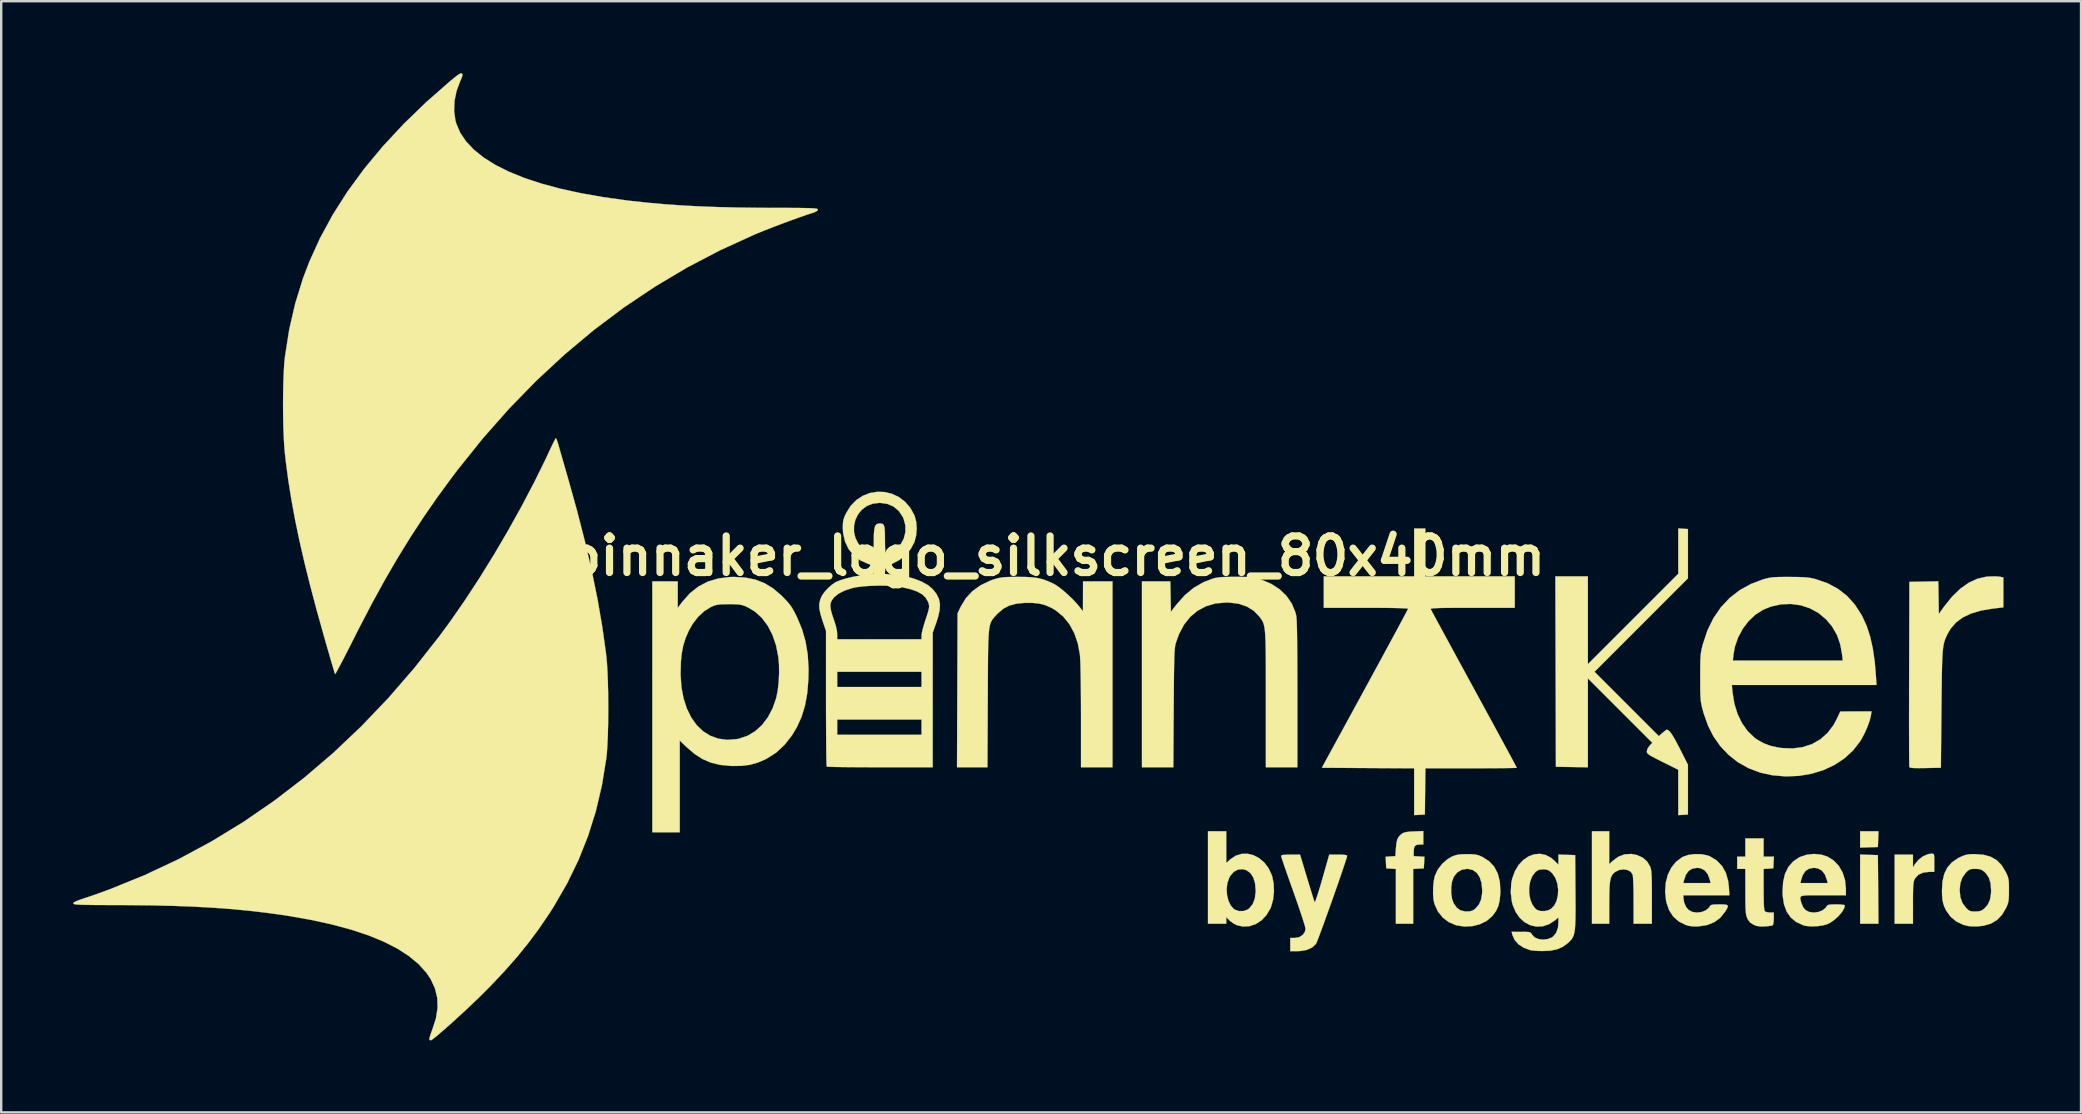
<source format=kicad_pcb>
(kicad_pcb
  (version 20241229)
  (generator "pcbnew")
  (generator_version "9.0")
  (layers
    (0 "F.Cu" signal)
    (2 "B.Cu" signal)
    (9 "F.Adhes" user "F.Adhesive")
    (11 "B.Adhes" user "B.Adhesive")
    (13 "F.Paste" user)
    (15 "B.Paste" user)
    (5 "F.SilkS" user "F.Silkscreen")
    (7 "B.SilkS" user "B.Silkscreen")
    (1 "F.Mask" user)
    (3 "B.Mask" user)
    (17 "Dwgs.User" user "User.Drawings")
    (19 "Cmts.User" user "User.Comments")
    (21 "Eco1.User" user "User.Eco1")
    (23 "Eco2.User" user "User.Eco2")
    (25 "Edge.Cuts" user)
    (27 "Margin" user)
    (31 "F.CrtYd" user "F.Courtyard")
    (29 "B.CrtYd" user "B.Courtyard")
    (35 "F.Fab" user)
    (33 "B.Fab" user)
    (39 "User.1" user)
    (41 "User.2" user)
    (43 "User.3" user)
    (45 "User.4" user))
  (footprint "spinnaker_logo_silkscreen_80x40mm"
    (layer "F.Cu")
    (at 40.349 20.12)
    (property "Reference" "spinnaker_logo_silkscreen_80x40mm" (at 0 0 0) (layer "F.SilkS") (effects (font (size 1.524 1.524) (thickness 0.3))))
    (attr through_hole)
    (fp_poly (pts (xy 34.861 12.129) (xy 34.491 12.141) (xy 34.121 12.153) (xy 34.121 11.472) (xy 34.886 11.472) (xy 34.861 12.129)) (stroke (width 0.01) (type solid)) (fill yes) (layer "F.SilkS"))
    (fp_poly (pts (xy 34.491 12.455) (xy 34.861 12.467) (xy 34.873 13.896) (xy 34.884 15.325) (xy 34.121 15.325) (xy 34.121 12.443) (xy 34.491 12.455)) (stroke (width 0.01) (type solid)) (fill yes) (layer "F.SilkS"))
    (fp_poly (pts (xy 37.155 12.407) (xy 37.186 12.426) (xy 37.203 12.479) (xy 37.21 12.58) (xy 37.211 12.747) (xy 37.211 12.785) (xy 37.211 13.166) (xy 36.989 13.166) (xy 36.744 13.196) (xy 36.55 13.285) (xy 36.415 13.428) (xy 36.396 13.462) (xy 36.37 13.525) (xy 36.351 13.603) (xy 36.338 13.71) (xy 36.329 13.858) (xy 36.324 14.06) (xy 36.322 14.328) (xy 36.322 14.467) (xy 36.322 15.325) (xy 35.56 15.325) (xy 35.56 12.446) (xy 36.322 12.446) (xy 36.322 12.711) (xy 36.322 12.975) (xy 36.401 12.848) (xy 36.554 12.662) (xy 36.744 12.516) (xy 36.95 12.426) (xy 37.104 12.404) (xy 37.155 12.407)) (stroke (width 0.01) (type solid)) (fill yes) (layer "F.SilkS"))
    (fp_poly (pts (xy 15.917 12.023) (xy 15.78 12.023) (xy 15.639 12.039) (xy 15.559 12.093) (xy 15.524 12.204) (xy 15.518 12.305) (xy 15.515 12.509) (xy 15.739 12.522) (xy 15.964 12.535) (xy 15.951 12.776) (xy 15.938 13.018) (xy 15.716 13.03) (xy 15.494 13.043) (xy 15.494 15.325) (xy 14.774 15.325) (xy 14.774 13.043) (xy 14.573 13.03) (xy 14.372 13.018) (xy 14.36 12.776) (xy 14.347 12.535) (xy 14.55 12.522) (xy 14.753 12.509) (xy 14.776 12.171) (xy 14.798 11.959) (xy 14.833 11.81) (xy 14.893 11.7) (xy 14.985 11.607) (xy 15.022 11.578) (xy 15.098 11.534) (xy 15.201 11.506) (xy 15.352 11.488) (xy 15.526 11.479) (xy 15.917 11.464) (xy 15.917 12.023)) (stroke (width 0.01) (type solid)) (fill yes) (layer "F.SilkS"))
    (fp_poly (pts (xy 26.744 -1.135) (xy 26.945 -1.122) (xy 26.945 0.931) (xy 24.998 2.879) (xy 23.051 4.826) (xy 25.732 7.507) (xy 25.885 7.373) (xy 25.979 7.295) (xy 26.045 7.246) (xy 26.06 7.239) (xy 26.122 7.258) (xy 26.192 7.321) (xy 26.276 7.434) (xy 26.38 7.606) (xy 26.509 7.844) (xy 26.597 8.013) (xy 26.945 8.7) (xy 26.945 10.774) (xy 26.744 10.787) (xy 26.543 10.8) (xy 26.543 8.91) (xy 25.887 8.583) (xy 25.648 8.463) (xy 25.475 8.372) (xy 25.358 8.305) (xy 25.285 8.253) (xy 25.247 8.21) (xy 25.232 8.168) (xy 25.231 8.141) (xy 25.263 8.026) (xy 25.345 7.908) (xy 25.346 7.907) (xy 25.461 7.787) (xy 22.775 5.101) (xy 22.775 8.807) (xy 21.442 8.784) (xy 21.431 4.815) (xy 21.42 0.847) (xy 22.775 0.847) (xy 22.775 4.508) (xy 24.659 2.625) (xy 26.543 0.741) (xy 26.543 -1.148) (xy 26.744 -1.135)) (stroke (width 0.01) (type solid)) (fill yes) (layer "F.SilkS"))
    (fp_poly (pts (xy 30.099 12.531) (xy 30.527 12.531) (xy 30.514 12.774) (xy 30.501 13.018) (xy 30.3 13.03) (xy 30.099 13.043) (xy 30.099 13.9) (xy 30.101 14.227) (xy 30.107 14.475) (xy 30.116 14.651) (xy 30.131 14.76) (xy 30.15 14.808) (xy 30.223 14.842) (xy 30.339 14.859) (xy 30.361 14.859) (xy 30.522 14.859) (xy 30.522 15.111) (xy 30.515 15.254) (xy 30.495 15.357) (xy 30.474 15.392) (xy 30.409 15.409) (xy 30.287 15.426) (xy 30.146 15.438) (xy 29.955 15.441) (xy 29.809 15.417) (xy 29.685 15.37) (xy 29.54 15.279) (xy 29.443 15.15) (xy 29.421 15.104) (xy 29.394 15.036) (xy 29.373 14.961) (xy 29.359 14.866) (xy 29.349 14.738) (xy 29.342 14.565) (xy 29.339 14.334) (xy 29.338 14.032) (xy 29.338 13.981) (xy 29.337 13.039) (xy 28.998 13.039) (xy 28.998 12.531) (xy 29.337 12.531) (xy 29.337 11.769) (xy 30.099 11.769) (xy 30.099 12.531)) (stroke (width 0.01) (type solid)) (fill yes) (layer "F.SilkS"))
    (fp_poly (pts (xy 23.664 12.844) (xy 23.802 12.713) (xy 24.046 12.533) (xy 24.309 12.434) (xy 24.59 12.418) (xy 24.811 12.461) (xy 25.057 12.569) (xy 25.243 12.733) (xy 25.362 12.928) (xy 25.386 12.989) (xy 25.405 13.059) (xy 25.419 13.15) (xy 25.428 13.272) (xy 25.435 13.437) (xy 25.439 13.655) (xy 25.441 13.938) (xy 25.441 14.213) (xy 25.442 15.325) (xy 24.68 15.325) (xy 24.68 14.354) (xy 24.679 14.064) (xy 24.673 13.8) (xy 24.666 13.575) (xy 24.656 13.402) (xy 24.644 13.295) (xy 24.638 13.272) (xy 24.553 13.155) (xy 24.416 13.084) (xy 24.25 13.061) (xy 24.075 13.088) (xy 23.913 13.167) (xy 23.868 13.203) (xy 23.805 13.269) (xy 23.757 13.348) (xy 23.721 13.451) (xy 23.696 13.59) (xy 23.679 13.775) (xy 23.67 14.018) (xy 23.666 14.33) (xy 23.665 14.489) (xy 23.664 15.325) (xy 22.945 15.325) (xy 22.945 11.472) (xy 23.664 11.472) (xy 23.664 12.844)) (stroke (width 0.01) (type solid)) (fill yes) (layer "F.SilkS"))
    (fp_poly (pts (xy 7.705 12.795) (xy 7.871 12.644) (xy 8.095 12.492) (xy 8.339 12.415) (xy 8.59 12.409) (xy 8.839 12.47) (xy 9.075 12.593) (xy 9.288 12.775) (xy 9.467 13.011) (xy 9.601 13.296) (xy 9.617 13.344) (xy 9.68 13.649) (xy 9.693 13.984) (xy 9.657 14.316) (xy 9.575 14.616) (xy 9.548 14.681) (xy 9.384 14.96) (xy 9.177 15.181) (xy 8.937 15.339) (xy 8.675 15.428) (xy 8.401 15.443) (xy 8.154 15.389) (xy 8.018 15.321) (xy 7.88 15.222) (xy 7.848 15.193) (xy 7.705 15.054) (xy 7.705 15.325) (xy 6.943 15.325) (xy 6.943 13.871) (xy 7.721 13.871) (xy 7.736 14.123) (xy 7.792 14.36) (xy 7.887 14.562) (xy 8.018 14.71) (xy 8.051 14.733) (xy 8.227 14.799) (xy 8.418 14.799) (xy 8.594 14.736) (xy 8.665 14.684) (xy 8.808 14.505) (xy 8.895 14.277) (xy 8.93 13.992) (xy 8.93 13.928) (xy 8.904 13.632) (xy 8.828 13.391) (xy 8.706 13.209) (xy 8.542 13.093) (xy 8.397 13.054) (xy 8.196 13.068) (xy 8.019 13.162) (xy 7.872 13.331) (xy 7.832 13.401) (xy 7.753 13.624) (xy 7.721 13.871) (xy 6.943 13.871) (xy 6.943 11.472) (xy 7.705 11.472) (xy 7.705 12.795)) (stroke (width 0.01) (type solid)) (fill yes) (layer "F.SilkS"))
    (fp_poly (pts (xy 39.802 0.852) (xy 39.927 0.862) (xy 39.936 0.864) (xy 40.09 0.893) (xy 40.09 2.141) (xy 39.635 2.195) (xy 39.15 2.277) (xy 38.737 2.4) (xy 38.391 2.566) (xy 38.11 2.777) (xy 37.889 3.036) (xy 37.784 3.215) (xy 37.733 3.315) (xy 37.69 3.408) (xy 37.654 3.499) (xy 37.623 3.597) (xy 37.598 3.709) (xy 37.578 3.841) (xy 37.561 4.002) (xy 37.549 4.199) (xy 37.538 4.438) (xy 37.531 4.728) (xy 37.524 5.075) (xy 37.519 5.487) (xy 37.514 5.971) (xy 37.51 6.371) (xy 37.486 8.826) (xy 36.84 8.838) (xy 36.577 8.841) (xy 36.389 8.839) (xy 36.265 8.83) (xy 36.196 8.815) (xy 36.173 8.796) (xy 36.17 8.746) (xy 36.167 8.618) (xy 36.165 8.418) (xy 36.163 8.151) (xy 36.162 7.824) (xy 36.161 7.442) (xy 36.16 7.012) (xy 36.16 6.54) (xy 36.161 6.032) (xy 36.161 5.493) (xy 36.163 4.931) (xy 36.163 4.911) (xy 36.174 1.079) (xy 36.776 1.068) (xy 37.378 1.056) (xy 37.39 1.737) (xy 37.401 2.417) (xy 37.631 2.096) (xy 37.955 1.692) (xy 38.294 1.365) (xy 38.644 1.117) (xy 39.004 0.95) (xy 39.371 0.865) (xy 39.448 0.858) (xy 39.631 0.851) (xy 39.802 0.852)) (stroke (width 0.01) (type solid)) (fill yes) (layer "F.SilkS"))
    (fp_poly (pts (xy 11.07 13.409) (xy 11.153 13.683) (xy 11.229 13.931) (xy 11.294 14.142) (xy 11.345 14.303) (xy 11.378 14.403) (xy 11.388 14.429) (xy 11.407 14.406) (xy 11.445 14.311) (xy 11.498 14.155) (xy 11.564 13.948) (xy 11.639 13.7) (xy 11.707 13.466) (xy 11.997 12.446) (xy 12.37 12.446) (xy 12.564 12.45) (xy 12.683 12.462) (xy 12.737 12.485) (xy 12.742 12.499) (xy 12.728 12.558) (xy 12.688 12.687) (xy 12.626 12.875) (xy 12.546 13.113) (xy 12.451 13.39) (xy 12.345 13.697) (xy 12.231 14.022) (xy 12.113 14.357) (xy 11.994 14.692) (xy 11.877 15.015) (xy 11.768 15.318) (xy 11.668 15.59) (xy 11.582 15.821) (xy 11.513 16.001) (xy 11.465 16.12) (xy 11.442 16.166) (xy 11.282 16.317) (xy 11.059 16.417) (xy 10.784 16.464) (xy 10.68 16.468) (xy 10.372 16.468) (xy 10.372 15.917) (xy 10.565 15.917) (xy 10.747 15.884) (xy 10.892 15.793) (xy 10.983 15.659) (xy 11.007 15.535) (xy 10.993 15.464) (xy 10.953 15.324) (xy 10.891 15.125) (xy 10.809 14.876) (xy 10.712 14.588) (xy 10.602 14.271) (xy 10.499 13.979) (xy 10.381 13.649) (xy 10.273 13.342) (xy 10.178 13.07) (xy 10.099 12.84) (xy 10.039 12.662) (xy 10.002 12.546) (xy 9.991 12.502) (xy 10.012 12.474) (xy 10.085 12.457) (xy 10.22 12.448) (xy 10.386 12.446) (xy 10.78 12.446) (xy 11.07 13.409)) (stroke (width 0.01) (type solid)) (fill yes) (layer "F.SilkS"))
    (fp_poly (pts (xy 27.497 12.428) (xy 27.752 12.477) (xy 27.861 12.517) (xy 28.143 12.689) (xy 28.365 12.919) (xy 28.525 13.205) (xy 28.622 13.547) (xy 28.65 13.785) (xy 28.672 14.139) (xy 26.755 14.139) (xy 26.755 14.235) (xy 26.786 14.441) (xy 26.869 14.629) (xy 26.971 14.75) (xy 27.127 14.833) (xy 27.314 14.861) (xy 27.508 14.839) (xy 27.685 14.771) (xy 27.819 14.66) (xy 27.854 14.607) (xy 27.886 14.564) (xy 27.938 14.538) (xy 28.03 14.525) (xy 28.179 14.521) (xy 28.259 14.52) (xy 28.449 14.523) (xy 28.563 14.539) (xy 28.609 14.579) (xy 28.595 14.652) (xy 28.529 14.769) (xy 28.497 14.82) (xy 28.292 15.076) (xy 28.042 15.262) (xy 27.743 15.381) (xy 27.392 15.436) (xy 27.39 15.436) (xy 27.168 15.439) (xy 26.989 15.416) (xy 26.853 15.376) (xy 26.563 15.231) (xy 26.332 15.027) (xy 26.161 14.763) (xy 26.049 14.439) (xy 26.033 14.361) (xy 25.994 13.982) (xy 26.02 13.631) (xy 26.753 13.631) (xy 27.889 13.631) (xy 27.857 13.493) (xy 27.775 13.267) (xy 27.647 13.106) (xy 27.479 13.016) (xy 27.34 12.996) (xy 27.134 13.027) (xy 26.975 13.122) (xy 26.858 13.287) (xy 26.78 13.515) (xy 26.753 13.631) (xy 26.02 13.631) (xy 26.02 13.62) (xy 26.107 13.286) (xy 26.251 12.991) (xy 26.447 12.746) (xy 26.692 12.561) (xy 26.728 12.541) (xy 26.953 12.461) (xy 27.22 12.424) (xy 27.497 12.428)) (stroke (width 0.01) (type solid)) (fill yes) (layer "F.SilkS"))
    (fp_poly (pts (xy 17.941 12.43) (xy 18.086 12.442) (xy 18.204 12.469) (xy 18.322 12.516) (xy 18.383 12.545) (xy 18.659 12.722) (xy 18.872 12.951) (xy 19.02 13.235) (xy 19.106 13.574) (xy 19.129 13.97) (xy 19.127 14.046) (xy 19.1 14.345) (xy 19.044 14.585) (xy 18.951 14.79) (xy 18.811 14.981) (xy 18.776 15.022) (xy 18.551 15.21) (xy 18.275 15.347) (xy 17.964 15.426) (xy 17.638 15.444) (xy 17.313 15.397) (xy 17.28 15.388) (xy 16.979 15.261) (xy 16.724 15.066) (xy 16.522 14.81) (xy 16.38 14.5) (xy 16.38 14.499) (xy 16.341 14.312) (xy 16.324 14.073) (xy 16.327 13.813) (xy 17.079 13.813) (xy 17.08 14.063) (xy 17.115 14.295) (xy 17.176 14.463) (xy 17.303 14.65) (xy 17.453 14.763) (xy 17.643 14.811) (xy 17.724 14.815) (xy 17.878 14.806) (xy 17.99 14.766) (xy 18.079 14.702) (xy 18.229 14.535) (xy 18.323 14.326) (xy 18.367 14.063) (xy 18.371 13.928) (xy 18.344 13.63) (xy 18.267 13.387) (xy 18.143 13.204) (xy 17.977 13.086) (xy 17.772 13.039) (xy 17.745 13.039) (xy 17.518 13.075) (xy 17.333 13.185) (xy 17.189 13.368) (xy 17.179 13.386) (xy 17.112 13.577) (xy 17.079 13.813) (xy 16.327 13.813) (xy 16.327 13.813) (xy 16.35 13.562) (xy 16.393 13.349) (xy 16.402 13.32) (xy 16.523 13.064) (xy 16.707 12.826) (xy 16.931 12.631) (xy 17.112 12.527) (xy 17.243 12.476) (xy 17.373 12.446) (xy 17.533 12.431) (xy 17.739 12.427) (xy 17.941 12.43)) (stroke (width 0.01) (type solid)) (fill yes) (layer "F.SilkS"))
    (fp_poly (pts (xy -0.654 0.874) (xy -0.376 0.89) (xy -0.142 0.922) (xy 0.07 0.975) (xy 0.28 1.052) (xy 0.505 1.155) (xy 0.669 1.254) (xy 0.867 1.404) (xy 1.081 1.589) (xy 1.293 1.79) (xy 1.484 1.994) (xy 1.62 2.159) (xy 1.732 2.307) (xy 1.734 1.683) (xy 1.736 1.058) (xy 2.963 1.058) (xy 2.963 8.805) (xy 1.651 8.805) (xy 1.651 6.666) (xy 1.65 6.19) (xy 1.647 5.74) (xy 1.643 5.326) (xy 1.637 4.956) (xy 1.63 4.639) (xy 1.622 4.384) (xy 1.612 4.199) (xy 1.606 4.118) (xy 1.519 3.645) (xy 1.372 3.217) (xy 1.167 2.842) (xy 0.909 2.523) (xy 0.6 2.268) (xy 0.432 2.168) (xy 0.172 2.053) (xy -0.098 1.983) (xy -0.403 1.953) (xy -0.702 1.955) (xy -1.052 1.991) (xy -1.342 2.07) (xy -1.589 2.2) (xy -1.811 2.388) (xy -1.86 2.439) (xy -1.928 2.513) (xy -1.987 2.578) (xy -2.037 2.641) (xy -2.08 2.709) (xy -2.115 2.788) (xy -2.144 2.884) (xy -2.168 3.003) (xy -2.186 3.153) (xy -2.201 3.339) (xy -2.211 3.568) (xy -2.219 3.845) (xy -2.224 4.178) (xy -2.227 4.573) (xy -2.23 5.036) (xy -2.232 5.574) (xy -2.234 5.937) (xy -2.247 8.805) (xy -3.516 8.805) (xy -3.504 5.599) (xy -3.493 2.392) (xy -3.359 2.109) (xy -3.148 1.761) (xy -2.869 1.462) (xy -2.528 1.217) (xy -2.125 1.026) (xy -2.014 0.987) (xy -1.875 0.943) (xy -1.752 0.913) (xy -1.624 0.892) (xy -1.473 0.88) (xy -1.278 0.874) (xy -1.02 0.871) (xy -0.995 0.871) (xy -0.654 0.874)) (stroke (width 0.01) (type solid)) (fill yes) (layer "F.SilkS"))
    (fp_poly (pts (xy 32.508 12.448) (xy 32.757 12.527) (xy 33.016 12.688) (xy 33.23 12.913) (xy 33.39 13.19) (xy 33.492 13.51) (xy 33.528 13.86) (xy 33.528 13.869) (xy 33.528 14.139) (xy 32.575 14.139) (xy 32.261 14.139) (xy 32.021 14.14) (xy 31.847 14.146) (xy 31.73 14.159) (xy 31.661 14.184) (xy 31.63 14.224) (xy 31.627 14.281) (xy 31.644 14.359) (xy 31.671 14.46) (xy 31.748 14.642) (xy 31.843 14.754) (xy 31.997 14.834) (xy 32.183 14.861) (xy 32.377 14.838) (xy 32.553 14.77) (xy 32.687 14.66) (xy 32.722 14.607) (xy 32.754 14.564) (xy 32.807 14.538) (xy 32.898 14.525) (xy 33.048 14.521) (xy 33.127 14.52) (xy 33.311 14.525) (xy 33.434 14.539) (xy 33.485 14.561) (xy 33.486 14.564) (xy 33.451 14.693) (xy 33.358 14.845) (xy 33.222 15.005) (xy 33.058 15.155) (xy 32.881 15.279) (xy 32.776 15.334) (xy 32.58 15.394) (xy 32.339 15.429) (xy 32.089 15.438) (xy 31.862 15.417) (xy 31.757 15.392) (xy 31.464 15.258) (xy 31.232 15.069) (xy 31.06 14.823) (xy 30.948 14.518) (xy 30.893 14.153) (xy 30.888 13.991) (xy 30.909 13.631) (xy 31.632 13.631) (xy 32.768 13.631) (xy 32.74 13.515) (xy 32.655 13.276) (xy 32.527 13.111) (xy 32.356 13.018) (xy 32.194 12.996) (xy 31.995 13.029) (xy 31.841 13.129) (xy 31.728 13.3) (xy 31.664 13.494) (xy 31.632 13.631) (xy 30.909 13.631) (xy 30.912 13.587) (xy 30.991 13.245) (xy 31.129 12.962) (xy 31.325 12.734) (xy 31.581 12.56) (xy 31.61 12.546) (xy 31.89 12.451) (xy 32.199 12.418) (xy 32.508 12.448)) (stroke (width 0.01) (type solid)) (fill yes) (layer "F.SilkS"))
    (fp_poly (pts (xy 16.002 0.847) (xy 19.727 0.847) (xy 19.727 2.159) (xy 17.966 2.159) (xy 17.524 2.159) (xy 17.161 2.161) (xy 16.868 2.163) (xy 16.64 2.167) (xy 16.469 2.173) (xy 16.349 2.18) (xy 16.273 2.189) (xy 16.234 2.201) (xy 16.226 2.215) (xy 16.226 2.216) (xy 16.25 2.261) (xy 16.31 2.374) (xy 16.406 2.552) (xy 16.533 2.787) (xy 16.689 3.075) (xy 16.871 3.41) (xy 17.076 3.786) (xy 17.3 4.199) (xy 17.542 4.643) (xy 17.798 5.112) (xy 18.03 5.539) (xy 18.295 6.025) (xy 18.548 6.489) (xy 18.787 6.927) (xy 19.007 7.333) (xy 19.207 7.702) (xy 19.384 8.027) (xy 19.534 8.305) (xy 19.655 8.529) (xy 19.743 8.694) (xy 19.796 8.795) (xy 19.812 8.826) (xy 19.771 8.83) (xy 19.654 8.835) (xy 19.469 8.838) (xy 19.225 8.842) (xy 18.93 8.844) (xy 18.592 8.846) (xy 18.221 8.847) (xy 17.908 8.848) (xy 16.004 8.848) (xy 15.992 9.811) (xy 15.981 10.774) (xy 15.759 10.787) (xy 15.536 10.799) (xy 15.536 8.849) (xy 13.612 8.838) (xy 11.688 8.826) (xy 13.485 5.532) (xy 13.751 5.043) (xy 14.006 4.575) (xy 14.245 4.134) (xy 14.467 3.725) (xy 14.669 3.352) (xy 14.847 3.022) (xy 14.998 2.74) (xy 15.12 2.511) (xy 15.21 2.341) (xy 15.265 2.235) (xy 15.282 2.198) (xy 15.241 2.189) (xy 15.121 2.18) (xy 14.93 2.173) (xy 14.673 2.167) (xy 14.356 2.163) (xy 13.987 2.16) (xy 13.571 2.159) (xy 13.525 2.159) (xy 11.769 2.159) (xy 11.769 0.847) (xy 15.536 0.847) (xy 15.536 -1.143) (xy 16.002 -1.143) (xy 16.002 0.847)) (stroke (width 0.01) (type solid)) (fill yes) (layer "F.SilkS"))
    (fp_poly (pts (xy 39.264 12.452) (xy 39.565 12.535) (xy 39.814 12.679) (xy 40.019 12.887) (xy 40.183 13.156) (xy 40.244 13.283) (xy 40.283 13.388) (xy 40.307 13.494) (xy 40.319 13.625) (xy 40.322 13.804) (xy 40.322 13.927) (xy 40.321 14.147) (xy 40.312 14.306) (xy 40.295 14.426) (xy 40.264 14.53) (xy 40.216 14.641) (xy 40.212 14.649) (xy 40.039 14.945) (xy 39.829 15.167) (xy 39.574 15.32) (xy 39.267 15.409) (xy 39.021 15.436) (xy 38.795 15.439) (xy 38.612 15.42) (xy 38.433 15.374) (xy 38.409 15.366) (xy 38.127 15.231) (xy 37.887 15.029) (xy 37.702 14.771) (xy 37.633 14.625) (xy 37.582 14.474) (xy 37.551 14.323) (xy 37.536 14.14) (xy 37.531 13.949) (xy 37.532 13.928) (xy 38.269 13.928) (xy 38.298 14.221) (xy 38.386 14.464) (xy 38.526 14.655) (xy 38.623 14.749) (xy 38.707 14.797) (xy 38.813 14.815) (xy 38.916 14.817) (xy 39.072 14.808) (xy 39.181 14.776) (xy 39.282 14.707) (xy 39.288 14.702) (xy 39.438 14.535) (xy 39.532 14.326) (xy 39.576 14.063) (xy 39.58 13.928) (xy 39.557 13.637) (xy 39.486 13.406) (xy 39.361 13.222) (xy 39.288 13.153) (xy 39.187 13.082) (xy 39.078 13.048) (xy 38.926 13.039) (xy 38.916 13.039) (xy 38.773 13.044) (xy 38.678 13.07) (xy 38.594 13.131) (xy 38.526 13.2) (xy 38.378 13.406) (xy 38.294 13.651) (xy 38.269 13.928) (xy 37.532 13.928) (xy 37.553 13.567) (xy 37.627 13.247) (xy 37.757 12.984) (xy 37.945 12.769) (xy 38.197 12.597) (xy 38.258 12.565) (xy 38.412 12.494) (xy 38.539 12.452) (xy 38.672 12.431) (xy 38.847 12.425) (xy 38.903 12.425) (xy 39.264 12.452)) (stroke (width 0.01) (type solid)) (fill yes) (layer "F.SilkS"))
    (fp_poly (pts (xy 8.107 0.87) (xy 8.377 0.872) (xy 8.582 0.876) (xy 8.738 0.886) (xy 8.865 0.903) (xy 8.981 0.928) (xy 9.104 0.965) (xy 9.165 0.985) (xy 9.576 1.16) (xy 9.927 1.388) (xy 10.215 1.664) (xy 10.436 1.984) (xy 10.584 2.344) (xy 10.621 2.489) (xy 10.631 2.579) (xy 10.641 2.742) (xy 10.648 2.98) (xy 10.655 3.294) (xy 10.66 3.686) (xy 10.664 4.158) (xy 10.666 4.71) (xy 10.668 5.345) (xy 10.668 5.759) (xy 10.668 8.805) (xy 9.356 8.805) (xy 9.356 5.977) (xy 9.356 5.391) (xy 9.355 4.885) (xy 9.354 4.45) (xy 9.351 4.08) (xy 9.346 3.77) (xy 9.339 3.513) (xy 9.329 3.302) (xy 9.316 3.132) (xy 9.299 2.995) (xy 9.277 2.886) (xy 9.251 2.798) (xy 9.219 2.724) (xy 9.181 2.659) (xy 9.137 2.596) (xy 9.089 2.531) (xy 8.852 2.286) (xy 8.563 2.106) (xy 8.221 1.991) (xy 7.824 1.941) (xy 7.686 1.939) (xy 7.253 1.979) (xy 6.86 2.094) (xy 6.51 2.28) (xy 6.204 2.536) (xy 5.946 2.861) (xy 5.737 3.252) (xy 5.605 3.619) (xy 5.589 3.68) (xy 5.575 3.751) (xy 5.563 3.839) (xy 5.553 3.95) (xy 5.545 4.092) (xy 5.538 4.272) (xy 5.533 4.496) (xy 5.528 4.773) (xy 5.524 5.109) (xy 5.52 5.51) (xy 5.517 5.985) (xy 5.514 6.339) (xy 5.499 8.805) (xy 4.191 8.805) (xy 4.191 1.058) (xy 5.374 1.058) (xy 5.397 2.327) (xy 5.642 2.011) (xy 5.981 1.63) (xy 6.351 1.325) (xy 6.76 1.091) (xy 7.133 0.948) (xy 7.248 0.916) (xy 7.374 0.895) (xy 7.526 0.88) (xy 7.723 0.873) (xy 7.981 0.87) (xy 8.107 0.87)) (stroke (width 0.01) (type solid)) (fill yes) (layer "F.SilkS"))
    (fp_poly (pts (xy 21.02 12.461) (xy 21.248 12.584) (xy 21.366 12.686) (xy 21.548 12.867) (xy 21.548 12.443) (xy 21.897 12.455) (xy 22.246 12.467) (xy 22.257 13.989) (xy 22.26 14.433) (xy 22.261 14.802) (xy 22.257 15.103) (xy 22.249 15.345) (xy 22.235 15.538) (xy 22.213 15.689) (xy 22.182 15.808) (xy 22.141 15.903) (xy 22.088 15.982) (xy 22.022 16.055) (xy 21.942 16.13) (xy 21.931 16.14) (xy 21.719 16.294) (xy 21.478 16.396) (xy 21.19 16.451) (xy 20.868 16.463) (xy 20.684 16.458) (xy 20.519 16.446) (xy 20.401 16.432) (xy 20.384 16.428) (xy 20.108 16.329) (xy 19.883 16.183) (xy 19.719 15.997) (xy 19.626 15.782) (xy 19.626 15.78) (xy 19.599 15.663) (xy 19.991 15.664) (xy 20.175 15.665) (xy 20.294 15.671) (xy 20.366 15.688) (xy 20.41 15.72) (xy 20.445 15.772) (xy 20.454 15.788) (xy 20.561 15.897) (xy 20.72 15.965) (xy 20.907 15.989) (xy 21.098 15.967) (xy 21.27 15.898) (xy 21.319 15.864) (xy 21.452 15.707) (xy 21.529 15.49) (xy 21.548 15.28) (xy 21.548 15.063) (xy 21.41 15.179) (xy 21.158 15.345) (xy 20.895 15.433) (xy 20.632 15.446) (xy 20.378 15.389) (xy 20.143 15.266) (xy 19.935 15.08) (xy 19.765 14.837) (xy 19.641 14.54) (xy 19.606 14.402) (xy 19.561 14.022) (xy 19.573 13.82) (xy 20.328 13.82) (xy 20.331 14.074) (xy 20.376 14.317) (xy 20.461 14.53) (xy 20.585 14.695) (xy 20.652 14.747) (xy 20.794 14.796) (xy 20.971 14.799) (xy 21.144 14.758) (xy 21.229 14.715) (xy 21.37 14.575) (xy 21.469 14.381) (xy 21.524 14.15) (xy 21.536 13.902) (xy 21.503 13.655) (xy 21.426 13.428) (xy 21.303 13.24) (xy 21.272 13.207) (xy 21.163 13.115) (xy 21.064 13.071) (xy 20.93 13.06) (xy 20.913 13.06) (xy 20.768 13.07) (xy 20.664 13.112) (xy 20.575 13.186) (xy 20.449 13.357) (xy 20.367 13.575) (xy 20.328 13.82) (xy 19.573 13.82) (xy 19.583 13.64) (xy 19.623 13.442) (xy 19.735 13.133) (xy 19.892 12.874) (xy 20.085 12.668) (xy 20.303 12.52) (xy 20.538 12.433) (xy 20.781 12.412) (xy 21.02 12.461)) (stroke (width 0.01) (type solid)) (fill yes) (layer "F.SilkS"))
    (fp_poly (pts (xy -12.334 0.901) (xy -11.915 0.986) (xy -11.536 1.134) (xy -11.183 1.35) (xy -10.842 1.64) (xy -10.788 1.694) (xy -10.621 1.867) (xy -10.495 2.012) (xy -10.394 2.156) (xy -10.297 2.326) (xy -10.187 2.545) (xy -9.977 3.047) (xy -9.828 3.564) (xy -9.737 4.109) (xy -9.702 4.699) (xy -9.71 5.144) (xy -9.757 5.718) (xy -9.85 6.232) (xy -9.992 6.698) (xy -10.187 7.13) (xy -10.388 7.467) (xy -10.7 7.867) (xy -11.051 8.193) (xy -11.444 8.445) (xy -11.493 8.471) (xy -11.823 8.612) (xy -12.147 8.702) (xy -12.492 8.747) (xy -12.883 8.752) (xy -12.954 8.749) (xy -13.39 8.706) (xy -13.772 8.613) (xy -14.121 8.464) (xy -14.454 8.249) (xy -14.79 7.961) (xy -14.805 7.947) (xy -15.071 7.691) (xy -15.071 11.515) (xy -16.214 11.515) (xy -16.214 4.952) (xy -15.038 4.952) (xy -15 5.469) (xy -14.91 5.941) (xy -14.772 6.365) (xy -14.589 6.736) (xy -14.364 7.05) (xy -14.099 7.304) (xy -13.798 7.493) (xy -13.464 7.613) (xy -13.099 7.662) (xy -12.706 7.634) (xy -12.607 7.615) (xy -12.253 7.497) (xy -11.93 7.305) (xy -11.642 7.044) (xy -11.396 6.719) (xy -11.195 6.337) (xy -11.047 5.904) (xy -11.045 5.895) (xy -10.987 5.602) (xy -10.948 5.256) (xy -10.93 4.888) (xy -10.935 4.526) (xy -10.962 4.212) (xy -11.057 3.728) (xy -11.206 3.29) (xy -11.405 2.905) (xy -11.651 2.578) (xy -11.938 2.317) (xy -12.224 2.146) (xy -12.351 2.088) (xy -12.456 2.05) (xy -12.563 2.027) (xy -12.694 2.015) (xy -12.873 2.011) (xy -13.018 2.011) (xy -13.24 2.012) (xy -13.401 2.02) (xy -13.522 2.036) (xy -13.625 2.064) (xy -13.732 2.108) (xy -13.773 2.127) (xy -14.046 2.296) (xy -14.304 2.535) (xy -14.532 2.829) (xy -14.686 3.099) (xy -14.825 3.416) (xy -14.923 3.724) (xy -14.987 4.055) (xy -15.023 4.394) (xy -15.038 4.952) (xy -16.214 4.952) (xy -16.214 1.058) (xy -15.155 1.058) (xy -15.155 2.164) (xy -14.954 1.898) (xy -14.641 1.547) (xy -14.288 1.27) (xy -13.895 1.066) (xy -13.46 0.936) (xy -12.981 0.877) (xy -12.806 0.873) (xy -12.334 0.901)) (stroke (width 0.01) (type solid)) (fill yes) (layer "F.SilkS"))
    (fp_poly (pts (xy 31.471 0.876) (xy 31.698 0.882) (xy 31.876 0.893) (xy 32.023 0.911) (xy 32.158 0.937) (xy 32.277 0.967) (xy 32.767 1.138) (xy 33.197 1.369) (xy 33.573 1.662) (xy 33.898 2.022) (xy 34.176 2.451) (xy 34.225 2.543) (xy 34.4 2.932) (xy 34.54 3.366) (xy 34.649 3.853) (xy 34.729 4.402) (xy 34.777 4.964) (xy 34.803 5.376) (xy 28.775 5.376) (xy 28.803 5.681) (xy 28.878 6.149) (xy 29.011 6.58) (xy 29.197 6.966) (xy 29.432 7.298) (xy 29.71 7.566) (xy 29.842 7.661) (xy 30.111 7.809) (xy 30.391 7.914) (xy 30.714 7.983) (xy 30.855 8.003) (xy 31.31 8.021) (xy 31.734 7.965) (xy 32.121 7.837) (xy 32.467 7.638) (xy 32.766 7.373) (xy 33.014 7.043) (xy 33.131 6.826) (xy 33.295 6.479) (xy 34.597 6.477) (xy 34.569 6.652) (xy 34.517 6.864) (xy 34.427 7.116) (xy 34.312 7.379) (xy 34.182 7.625) (xy 34.119 7.729) (xy 33.822 8.108) (xy 33.464 8.436) (xy 33.052 8.708) (xy 32.594 8.922) (xy 32.098 9.075) (xy 31.57 9.164) (xy 31.019 9.186) (xy 30.459 9.139) (xy 29.948 9.026) (xy 29.464 8.841) (xy 29.02 8.59) (xy 28.633 8.284) (xy 28.29 7.919) (xy 28.008 7.519) (xy 27.782 7.071) (xy 27.602 6.563) (xy 27.572 6.455) (xy 27.535 6.315) (xy 27.507 6.192) (xy 27.486 6.071) (xy 27.473 5.939) (xy 27.464 5.779) (xy 27.459 5.576) (xy 27.458 5.316) (xy 27.457 5.059) (xy 27.458 4.742) (xy 27.46 4.494) (xy 27.464 4.36) (xy 28.817 4.36) (xy 33.397 4.36) (xy 33.374 4.138) (xy 33.295 3.687) (xy 33.154 3.288) (xy 32.947 2.932) (xy 32.703 2.642) (xy 32.386 2.377) (xy 32.029 2.181) (xy 31.641 2.054) (xy 31.233 1.999) (xy 30.817 2.017) (xy 30.405 2.109) (xy 30.078 2.241) (xy 29.759 2.443) (xy 29.473 2.713) (xy 29.228 3.035) (xy 29.035 3.397) (xy 28.901 3.785) (xy 28.844 4.103) (xy 28.817 4.36) (xy 27.464 4.36) (xy 27.466 4.301) (xy 27.475 4.148) (xy 27.49 4.018) (xy 27.512 3.897) (xy 27.542 3.771) (xy 27.571 3.662) (xy 27.76 3.097) (xy 28.01 2.588) (xy 28.318 2.139) (xy 28.683 1.75) (xy 29.102 1.425) (xy 29.574 1.165) (xy 30.037 0.989) (xy 30.18 0.947) (xy 30.303 0.916) (xy 30.425 0.896) (xy 30.564 0.883) (xy 30.739 0.876) (xy 30.967 0.874) (xy 31.178 0.874) (xy 31.471 0.876)) (stroke (width 0.01) (type solid)) (fill yes) (layer "F.SilkS"))
    (fp_poly (pts (xy -24.15 -20.107) (xy -24.126 -20.068) (xy -24.134 -20) (xy -24.177 -19.886) (xy -24.216 -19.799) (xy -24.371 -19.385) (xy -24.458 -18.961) (xy -24.474 -18.544) (xy -24.419 -18.149) (xy -24.387 -18.031) (xy -24.223 -17.644) (xy -23.977 -17.278) (xy -23.651 -16.932) (xy -23.247 -16.607) (xy -22.764 -16.303) (xy -22.204 -16.021) (xy -21.568 -15.762) (xy -20.858 -15.526) (xy -20.074 -15.313) (xy -19.217 -15.124) (xy -18.289 -14.959) (xy -17.291 -14.82) (xy -17.124 -14.799) (xy -16.435 -14.725) (xy -15.739 -14.662) (xy -15.025 -14.611) (xy -14.281 -14.571) (xy -13.495 -14.541) (xy -12.654 -14.521) (xy -11.747 -14.51) (xy -11.271 -14.508) (xy -10.811 -14.507) (xy -10.429 -14.506) (xy -10.117 -14.504) (xy -9.869 -14.5) (xy -9.677 -14.496) (xy -9.534 -14.49) (xy -9.434 -14.482) (xy -9.369 -14.473) (xy -9.332 -14.461) (xy -9.316 -14.446) (xy -9.313 -14.435) (xy -9.351 -14.379) (xy -9.467 -14.321) (xy -9.557 -14.291) (xy -9.794 -14.213) (xy -10.091 -14.11) (xy -10.429 -13.988) (xy -10.788 -13.855) (xy -11.15 -13.718) (xy -11.495 -13.583) (xy -11.806 -13.458) (xy -11.968 -13.39) (xy -13.389 -12.741) (xy -14.769 -12.019) (xy -16.108 -11.222) (xy -17.407 -10.352) (xy -18.664 -9.407) (xy -19.881 -8.388) (xy -21.058 -7.295) (xy -22.194 -6.128) (xy -23.29 -4.886) (xy -24.345 -3.57) (xy -24.552 -3.297) (xy -25.166 -2.459) (xy -25.747 -1.621) (xy -26.304 -0.769) (xy -26.844 0.108) (xy -27.376 1.024) (xy -27.907 1.993) (xy -28.445 3.026) (xy -28.623 3.378) (xy -28.792 3.714) (xy -28.95 4.024) (xy -29.093 4.301) (xy -29.216 4.536) (xy -29.315 4.722) (xy -29.387 4.852) (xy -29.428 4.917) (xy -29.435 4.923) (xy -29.451 4.876) (xy -29.487 4.757) (xy -29.541 4.575) (xy -29.611 4.339) (xy -29.692 4.058) (xy -29.783 3.743) (xy -29.881 3.401) (xy -29.885 3.387) (xy -30.195 2.281) (xy -30.469 1.245) (xy -30.712 0.27) (xy -30.923 -0.651) (xy -31.105 -1.525) (xy -31.258 -2.361) (xy -31.386 -3.165) (xy -31.489 -3.945) (xy -31.524 -4.255) (xy -31.553 -4.585) (xy -31.575 -4.975) (xy -31.591 -5.411) (xy -31.6 -5.874) (xy -31.603 -6.349) (xy -31.599 -6.819) (xy -31.59 -7.268) (xy -31.573 -7.68) (xy -31.551 -8.038) (xy -31.525 -8.297) (xy -31.347 -9.433) (xy -31.095 -10.527) (xy -30.769 -11.579) (xy -30.51 -12.26) (xy -30.06 -13.25) (xy -29.529 -14.226) (xy -28.916 -15.189) (xy -28.221 -16.138) (xy -27.443 -17.074) (xy -26.583 -17.998) (xy -25.639 -18.911) (xy -24.665 -19.767) (xy -24.472 -19.926) (xy -24.333 -20.034) (xy -24.237 -20.095) (xy -24.177 -20.115) (xy -24.15 -20.107)) (stroke (width 0.01) (type solid)) (fill yes) (layer "F.SilkS"))
    (fp_poly (pts (xy -20.209 -4.873) (xy -20.172 -4.774) (xy -20.128 -4.632) (xy -20.12 -4.604) (xy -20.084 -4.477) (xy -20.029 -4.285) (xy -19.959 -4.041) (xy -19.879 -3.762) (xy -19.792 -3.463) (xy -19.728 -3.239) (xy -19.349 -1.88) (xy -19.017 -0.586) (xy -18.732 0.648) (xy -18.493 1.826) (xy -18.299 2.953) (xy -18.148 4.033) (xy -18.132 4.17) (xy -18.105 4.462) (xy -18.083 4.819) (xy -18.067 5.226) (xy -18.056 5.667) (xy -18.051 6.129) (xy -18.051 6.594) (xy -18.057 7.05) (xy -18.068 7.479) (xy -18.085 7.869) (xy -18.107 8.202) (xy -18.133 8.445) (xy -18.315 9.56) (xy -18.566 10.629) (xy -18.889 11.66) (xy -19.286 12.66) (xy -19.76 13.637) (xy -20.314 14.597) (xy -20.516 14.913) (xy -20.938 15.533) (xy -21.379 16.126) (xy -21.851 16.709) (xy -22.367 17.295) (xy -22.938 17.9) (xy -23.239 18.204) (xy -23.454 18.416) (xy -23.692 18.644) (xy -23.943 18.881) (xy -24.2 19.119) (xy -24.454 19.351) (xy -24.696 19.569) (xy -24.919 19.766) (xy -25.113 19.933) (xy -25.271 20.064) (xy -25.384 20.151) (xy -25.44 20.185) (xy -25.493 20.167) (xy -25.504 20.153) (xy -25.501 20.097) (xy -25.471 19.983) (xy -25.418 19.829) (xy -25.381 19.732) (xy -25.232 19.272) (xy -25.164 18.835) (xy -25.176 18.42) (xy -25.271 18.023) (xy -25.446 17.642) (xy -25.622 17.379) (xy -25.944 17.018) (xy -26.348 16.68) (xy -26.833 16.366) (xy -27.398 16.077) (xy -28.044 15.811) (xy -28.771 15.57) (xy -29.578 15.353) (xy -30.465 15.16) (xy -31.432 14.991) (xy -31.581 14.968) (xy -32.289 14.87) (xy -33.007 14.786) (xy -33.745 14.715) (xy -34.514 14.659) (xy -35.322 14.614) (xy -36.181 14.582) (xy -37.101 14.561) (xy -38.093 14.55) (xy -38.365 14.549) (xy -38.828 14.548) (xy -39.214 14.546) (xy -39.529 14.544) (xy -39.781 14.54) (xy -39.975 14.536) (xy -40.12 14.53) (xy -40.222 14.522) (xy -40.289 14.513) (xy -40.326 14.501) (xy -40.342 14.487) (xy -40.344 14.478) (xy -40.314 14.435) (xy -40.22 14.384) (xy -40.054 14.321) (xy -39.925 14.278) (xy -39.738 14.216) (xy -39.496 14.133) (xy -39.225 14.037) (xy -38.951 13.937) (xy -38.814 13.886) (xy -37.367 13.298) (xy -35.958 12.636) (xy -34.588 11.898) (xy -33.258 11.086) (xy -31.968 10.199) (xy -30.718 9.239) (xy -29.508 8.205) (xy -28.34 7.098) (xy -27.213 5.918) (xy -26.129 4.666) (xy -25.087 3.341) (xy -24.637 2.729) (xy -24.031 1.857) (xy -23.419 0.922) (xy -22.812 -0.059) (xy -22.22 -1.067) (xy -21.655 -2.083) (xy -21.127 -3.089) (xy -20.647 -4.066) (xy -20.505 -4.371) (xy -20.414 -4.565) (xy -20.334 -4.728) (xy -20.273 -4.846) (xy -20.237 -4.906) (xy -20.232 -4.911) (xy -20.209 -4.873)) (stroke (width 0.01) (type solid)) (fill yes) (layer "F.SilkS"))
    (fp_poly (pts (xy -6.528 -2.664) (xy -6.225 -2.59) (xy -5.939 -2.455) (xy -5.68 -2.259) (xy -5.46 -2.003) (xy -5.288 -1.686) (xy -5.277 -1.658) (xy -5.215 -1.419) (xy -5.196 -1.14) (xy -5.22 -0.854) (xy -5.286 -0.594) (xy -5.289 -0.584) (xy -5.438 -0.302) (xy -5.653 -0.047) (xy -5.916 0.166) (xy -6.208 0.32) (xy -6.32 0.359) (xy -6.432 0.398) (xy -6.486 0.447) (xy -6.507 0.533) (xy -6.511 0.58) (xy -6.524 0.749) (xy -6.193 0.777) (xy -5.747 0.836) (xy -5.345 0.933) (xy -4.998 1.063) (xy -4.714 1.223) (xy -4.525 1.386) (xy -4.367 1.587) (xy -4.268 1.793) (xy -4.227 2.016) (xy -4.242 2.27) (xy -4.312 2.57) (xy -4.379 2.773) (xy -4.528 3.196) (xy -4.529 6.001) (xy -4.53 8.805) (xy -6.724 8.805) (xy -7.147 8.805) (xy -7.545 8.803) (xy -7.908 8.801) (xy -8.23 8.798) (xy -8.502 8.794) (xy -8.716 8.789) (xy -8.865 8.784) (xy -8.939 8.779) (xy -8.946 8.777) (xy -8.951 8.731) (xy -8.956 8.607) (xy -8.96 8.413) (xy -8.964 8.155) (xy -8.967 7.841) (xy -8.97 7.477) (xy -8.972 7.071) (xy -8.973 6.816) (xy -8.509 6.816) (xy -8.509 7.451) (xy -4.995 7.451) (xy -4.995 6.816) (xy -8.509 6.816) (xy -8.973 6.816) (xy -8.974 6.63) (xy -8.975 6.16) (xy -8.975 5.937) (xy -8.975 4.826) (xy -8.509 4.826) (xy -8.509 5.461) (xy -4.995 5.461) (xy -4.995 4.826) (xy -8.509 4.826) (xy -8.975 4.826) (xy -8.975 3.125) (xy -9.128 2.676) (xy -9.212 2.4) (xy -9.255 2.177) (xy -9.255 2.078) (xy -8.796 2.078) (xy -8.778 2.231) (xy -8.726 2.427) (xy -8.64 2.683) (xy -8.62 2.74) (xy -8.558 2.943) (xy -8.519 3.14) (xy -8.509 3.259) (xy -8.509 3.471) (xy -4.995 3.471) (xy -4.995 3.316) (xy -4.982 3.211) (xy -4.946 3.051) (xy -4.892 2.861) (xy -4.852 2.734) (xy -4.773 2.496) (xy -4.719 2.321) (xy -4.688 2.195) (xy -4.678 2.101) (xy -4.686 2.024) (xy -4.709 1.947) (xy -4.724 1.907) (xy -4.822 1.738) (xy -4.971 1.597) (xy -5.181 1.48) (xy -5.457 1.383) (xy -5.809 1.302) (xy -5.898 1.286) (xy -6.148 1.255) (xy -6.449 1.238) (xy -6.777 1.235) (xy -7.109 1.244) (xy -7.422 1.266) (xy -7.694 1.299) (xy -7.874 1.335) (xy -8.192 1.44) (xy -8.447 1.567) (xy -8.629 1.711) (xy -8.652 1.737) (xy -8.732 1.847) (xy -8.781 1.955) (xy -8.796 2.078) (xy -9.255 2.078) (xy -9.256 1.988) (xy -9.215 1.813) (xy -9.15 1.663) (xy -9.051 1.516) (xy -8.905 1.355) (xy -8.741 1.206) (xy -8.585 1.097) (xy -8.567 1.088) (xy -8.377 1.009) (xy -8.127 0.933) (xy -7.84 0.865) (xy -7.539 0.811) (xy -7.413 0.795) (xy -6.985 0.743) (xy -6.986 0.573) (xy -6.989 0.477) (xy -7.012 0.419) (xy -7.073 0.379) (xy -7.192 0.337) (xy -7.226 0.326) (xy -7.55 0.181) (xy -7.821 -0.026) (xy -8.033 -0.287) (xy -8.182 -0.596) (xy -8.263 -0.945) (xy -8.266 -1.008) (xy -7.809 -1.008) (xy -7.753 -0.761) (xy -7.638 -0.529) (xy -7.461 -0.323) (xy -7.22 -0.156) (xy -7.218 -0.155) (xy -7.126 -0.109) (xy -7.062 -0.092) (xy -7.021 -0.114) (xy -6.998 -0.185) (xy -6.988 -0.316) (xy -6.985 -0.517) (xy -6.985 -0.626) (xy -6.981 -0.895) (xy -6.966 -1.091) (xy -6.936 -1.224) (xy -6.888 -1.306) (xy -6.819 -1.345) (xy -6.737 -1.355) (xy -6.656 -1.349) (xy -6.598 -1.323) (xy -6.559 -1.264) (xy -6.535 -1.162) (xy -6.524 -1.004) (xy -6.52 -0.778) (xy -6.519 -0.669) (xy -6.516 -0.413) (xy -6.507 -0.227) (xy -6.493 -0.116) (xy -6.476 -0.085) (xy -6.41 -0.1) (xy -6.307 -0.137) (xy -6.296 -0.142) (xy -6.053 -0.286) (xy -5.864 -0.486) (xy -5.734 -0.727) (xy -5.667 -0.995) (xy -5.669 -1.276) (xy -5.744 -1.557) (xy -5.774 -1.624) (xy -5.939 -1.873) (xy -6.155 -2.057) (xy -6.419 -2.171) (xy -6.724 -2.213) (xy -6.754 -2.213) (xy -7.041 -2.176) (xy -7.288 -2.075) (xy -7.49 -1.922) (xy -7.646 -1.727) (xy -7.753 -1.502) (xy -7.808 -1.258) (xy -7.809 -1.008) (xy -8.266 -1.008) (xy -8.276 -1.166) (xy -8.271 -1.356) (xy -8.251 -1.499) (xy -8.208 -1.632) (xy -8.137 -1.787) (xy -7.945 -2.092) (xy -7.709 -2.333) (xy -7.439 -2.51) (xy -7.146 -2.624) (xy -6.838 -2.675) (xy -6.528 -2.664)) (stroke (width 0.01) (type solid)) (fill yes) (layer "F.SilkS")))
  (gr_rect
    (start -3 -3)
    (end 83.676 43.31)
    (stroke (width 0.1) (type default))
    (fill no)
    (layer "Edge.Cuts")))
</source>
